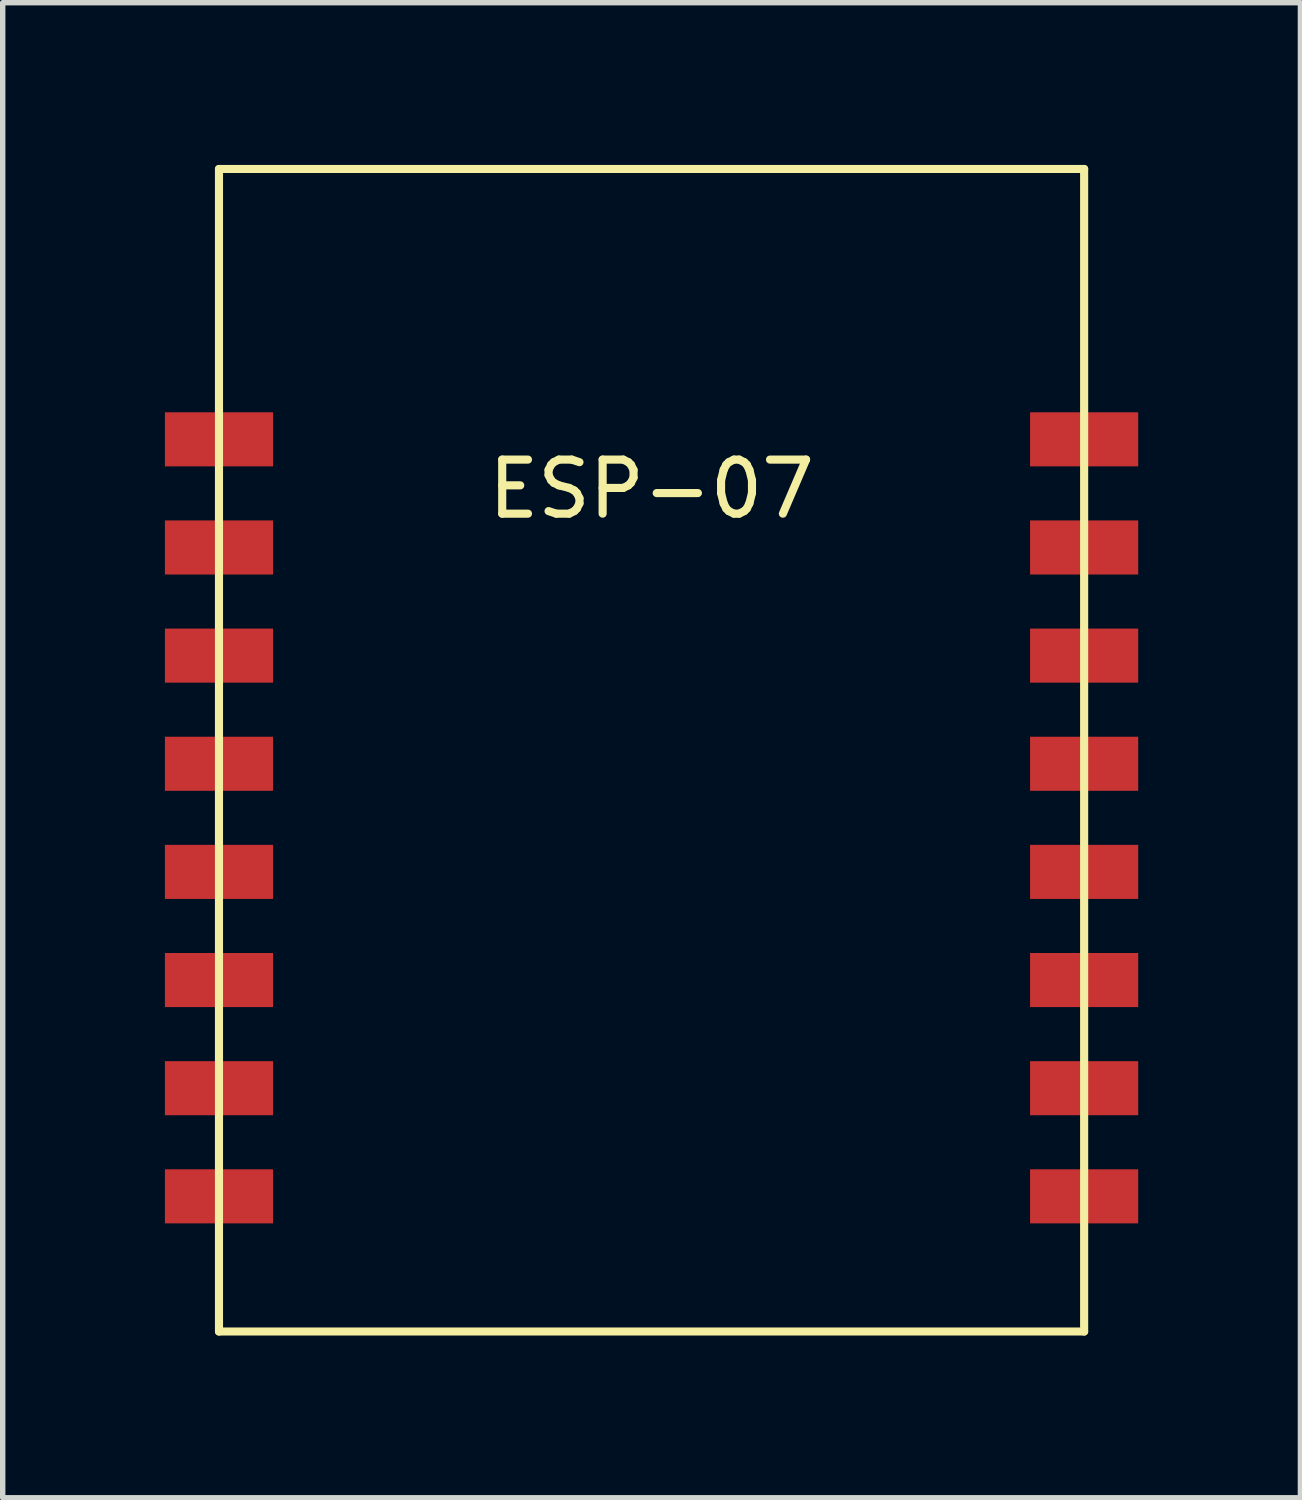
<source format=kicad_pcb>
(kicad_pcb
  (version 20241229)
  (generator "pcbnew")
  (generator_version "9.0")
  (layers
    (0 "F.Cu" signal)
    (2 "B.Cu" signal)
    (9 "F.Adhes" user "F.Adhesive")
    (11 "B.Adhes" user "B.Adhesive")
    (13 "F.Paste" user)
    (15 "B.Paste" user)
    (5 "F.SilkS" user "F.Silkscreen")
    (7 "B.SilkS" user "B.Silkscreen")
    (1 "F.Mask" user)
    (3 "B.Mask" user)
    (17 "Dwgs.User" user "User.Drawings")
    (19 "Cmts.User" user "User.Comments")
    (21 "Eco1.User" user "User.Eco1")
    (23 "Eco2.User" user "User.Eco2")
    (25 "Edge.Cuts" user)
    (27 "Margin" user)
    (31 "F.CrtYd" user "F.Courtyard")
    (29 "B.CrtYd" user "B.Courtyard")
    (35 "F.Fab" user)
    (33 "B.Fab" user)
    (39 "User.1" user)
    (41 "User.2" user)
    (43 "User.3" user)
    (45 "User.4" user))
  (footprint "ESP-07"
    (layer "F.Cu")
    (at 9 11.075)
    (property "Reference" "ESP-07" (at 0 -5.08 0) (layer "F.SilkS") (effects (font (size 1 1) (thickness 0.15))))
    (attr through_hole)
    (fp_line (start -8 -11) (end -8 10.5) (stroke (width 0.15) (type solid)) (layer "F.SilkS"))
    (fp_line (start -8 10.5) (end 8 10.5) (stroke (width 0.15) (type solid)) (layer "F.SilkS"))
    (fp_line (start 8 -11) (end -8 -11) (stroke (width 0.15) (type solid)) (layer "F.SilkS"))
    (fp_line (start 8 10.5) (end 8 -11) (stroke (width 0.15) (type solid)) (layer "F.SilkS"))
    (pad "1" smd rect (at -8 -6) (size 2 1) (layers "F.Cu" "F.Mask" "F.Paste"))
    (pad "2" smd rect (at -8 -4) (size 2 1) (layers "F.Cu" "F.Mask" "F.Paste"))
    (pad "3" smd rect (at -8 -2) (size 2 1) (layers "F.Cu" "F.Mask" "F.Paste"))
    (pad "4" smd rect (at -8 0) (size 2 1) (layers "F.Cu" "F.Mask" "F.Paste"))
    (pad "5" smd rect (at -8 2) (size 2 1) (layers "F.Cu" "F.Mask" "F.Paste"))
    (pad "6" smd rect (at -8 4) (size 2 1) (layers "F.Cu" "F.Mask" "F.Paste"))
    (pad "7" smd rect (at -8 6) (size 2 1) (layers "F.Cu" "F.Mask" "F.Paste"))
    (pad "8" smd rect (at -8 8) (size 2 1) (layers "F.Cu" "F.Mask" "F.Paste"))
    (pad "9" smd rect (at 8 8) (size 2 1) (layers "F.Cu" "F.Mask" "F.Paste"))
    (pad "10" smd rect (at 8 6) (size 2 1) (layers "F.Cu" "F.Mask" "F.Paste"))
    (pad "11" smd rect (at 8 4) (size 2 1) (layers "F.Cu" "F.Mask" "F.Paste"))
    (pad "12" smd rect (at 8 2) (size 2 1) (layers "F.Cu" "F.Mask" "F.Paste"))
    (pad "13" smd rect (at 8 0) (size 2 1) (layers "F.Cu" "F.Mask" "F.Paste"))
    (pad "14" smd rect (at 8 -2) (size 2 1) (layers "F.Cu" "F.Mask" "F.Paste"))
    (pad "15" smd rect (at 8 -4) (size 2 1) (layers "F.Cu" "F.Mask" "F.Paste"))
    (pad "16" smd rect (at 8 -6) (size 2 1) (layers "F.Cu" "F.Mask" "F.Paste")))
  (gr_rect
    (start -3 -3)
    (end 21 24.65)
    (stroke (width 0.1) (type default))
    (fill no)
    (layer "Edge.Cuts")))
</source>
